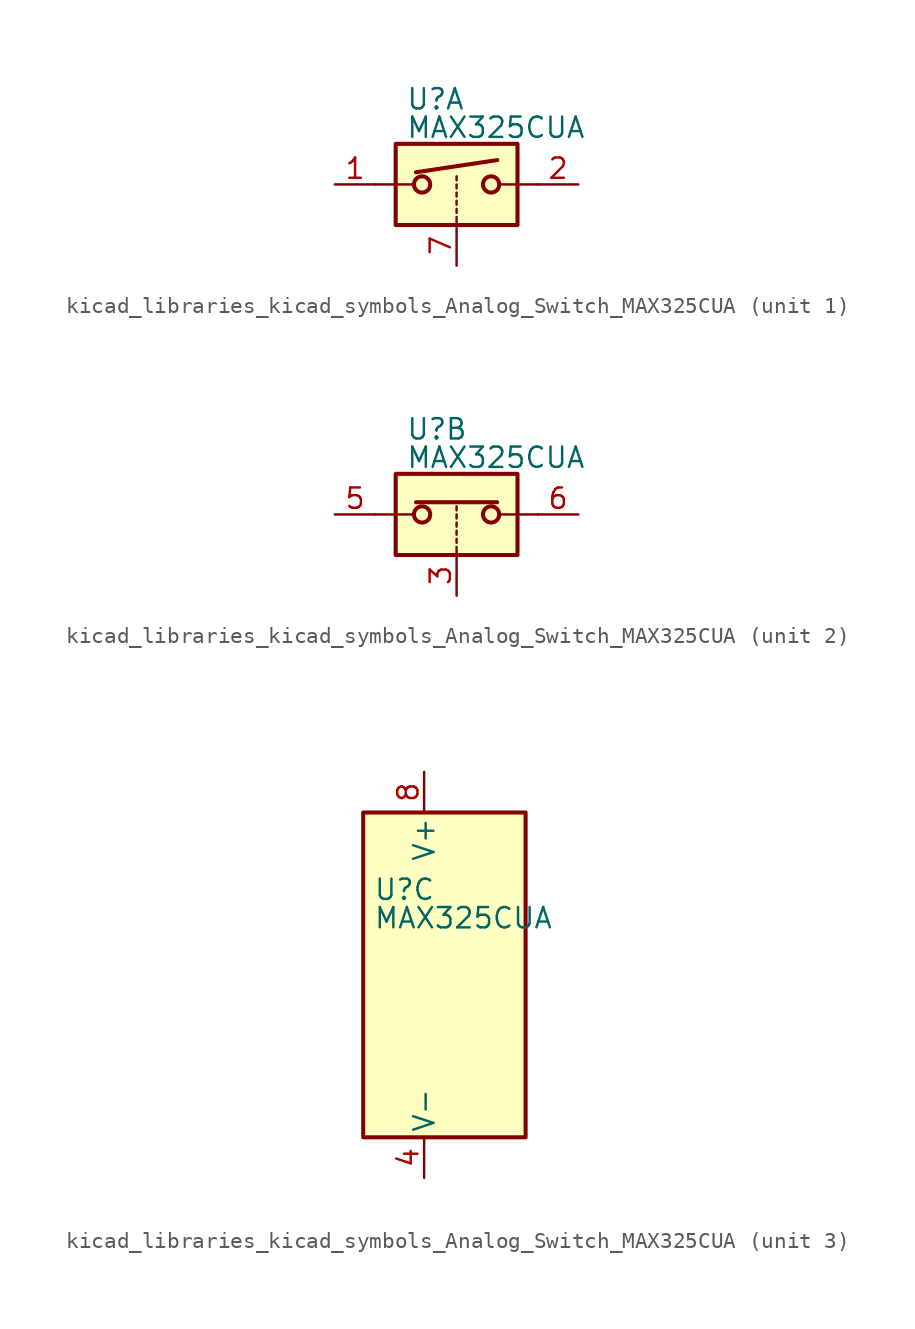
<source format=kicad_sym>
(kicad_symbol_lib
  (version 20220914)
  (generator kicad_symbol_editor)
  (symbol "kicad_libraries_kicad_symbols_Analog_Switch_MAX325CUA"
    (pin_names
      (offset 0.254))
    (property "Reference" "U"
      (at -3.175 5.334 0)
      (effects (font (size 1.27 1.27)) (justify left)))
    (property "Value" "MAX325CUA"
      (at -3.175 3.556 0)
      (effects (font (size 1.27 1.27)) (justify left)))
    (symbol "kicad_libraries_kicad_symbols_Analog_Switch_MAX325CUA_1_1"
      (rectangle (start -3.81 2.54) (end 3.81 -2.54) (stroke (width 0.254) (type default)) (fill (type background)))
      (circle (center -2.159 0) (radius 0.508) (stroke (width 0.254) (type default)) (fill (type none)))
      (polyline (pts (xy -5.08 0) (xy -2.794 0)) (stroke (width 0) (type default)) (fill (type none)))
      (polyline (pts (xy -2.54 0.762) (xy 2.54 1.524)) (stroke (width 0.254) (type default)) (fill (type none)))
      (polyline (pts (xy 0 -2.54) (xy 0 -2.032)) (stroke (width 0) (type default)) (fill (type none)))
      (polyline (pts (xy 0 -1.778) (xy 0 -1.524)) (stroke (width 0) (type default)) (fill (type none)))
      (polyline (pts (xy 0 -1.27) (xy 0 -1.016)) (stroke (width 0) (type default)) (fill (type none)))
      (polyline (pts (xy 0 -0.762) (xy 0 -0.508)) (stroke (width 0) (type default)) (fill (type none)))
      (polyline (pts (xy 0 -0.254) (xy 0 0)) (stroke (width 0) (type default)) (fill (type none)))
      (polyline (pts (xy 0 0.254) (xy 0 0.508)) (stroke (width 0) (type default)) (fill (type none)))
      (polyline (pts (xy 5.08 0) (xy 2.794 0)) (stroke (width 0) (type default)) (fill (type none)))
      (circle (center 2.159 0) (radius 0.508) (stroke (width 0.254) (type default)) (fill (type none)))
      (pin passive line (at -7.62 0 0) (length 2.54) (name "~" (effects (font (size 1.27 1.27)))) (number "1" (effects (font (size 1.27 1.27)))))
      (pin passive line (at 7.62 0 180) (length 2.54) (name "~" (effects (font (size 1.27 1.27)))) (number "2" (effects (font (size 1.27 1.27)))))
      (pin input line (at 0 -5.08 90) (length 2.54) (name "~" (effects (font (size 1.27 1.27)))) (number "7" (effects (font (size 1.27 1.27))))))
    (symbol "kicad_libraries_kicad_symbols_Analog_Switch_MAX325CUA_2_1"
      (rectangle (start -3.81 2.54) (end 3.81 -2.54) (stroke (width 0.254) (type default)) (fill (type background)))
      (circle (center -2.159 0) (radius 0.508) (stroke (width 0.254) (type default)) (fill (type none)))
      (polyline (pts (xy -5.08 0) (xy -2.794 0)) (stroke (width 0) (type default)) (fill (type none)))
      (polyline (pts (xy -2.54 0.762) (xy 2.54 0.762)) (stroke (width 0.254) (type default)) (fill (type none)))
      (polyline (pts (xy 0 -2.54) (xy 0 -2.032)) (stroke (width 0) (type default)) (fill (type none)))
      (polyline (pts (xy 0 -1.778) (xy 0 -1.524)) (stroke (width 0) (type default)) (fill (type none)))
      (polyline (pts (xy 0 -1.27) (xy 0 -1.016)) (stroke (width 0) (type default)) (fill (type none)))
      (polyline (pts (xy 0 -0.762) (xy 0 -0.508)) (stroke (width 0) (type default)) (fill (type none)))
      (polyline (pts (xy 0 -0.254) (xy 0 0)) (stroke (width 0) (type default)) (fill (type none)))
      (polyline (pts (xy 0 0.254) (xy 0 0.508)) (stroke (width 0) (type default)) (fill (type none)))
      (polyline (pts (xy 5.08 0) (xy 2.794 0)) (stroke (width 0) (type default)) (fill (type none)))
      (circle (center 2.159 0) (radius 0.508) (stroke (width 0.254) (type default)) (fill (type none)))
      (pin input line (at 0 -5.08 90) (length 2.54) (name "~" (effects (font (size 1.27 1.27)))) (number "3" (effects (font (size 1.27 1.27)))))
      (pin passive line (at -7.62 0 0) (length 2.54) (name "~" (effects (font (size 1.27 1.27)))) (number "5" (effects (font (size 1.27 1.27)))))
      (pin passive line (at 7.62 0 180) (length 2.54) (name "~" (effects (font (size 1.27 1.27)))) (number "6" (effects (font (size 1.27 1.27))))))
    (symbol "kicad_libraries_kicad_symbols_Analog_Switch_MAX325CUA_3_0"
      (pin power_in line (at 0 -12.7 90) (length 2.54) (name "V-" (effects (font (size 1.27 1.27)))) (number "4" (effects (font (size 1.27 1.27)))))
      (pin power_in line (at 0 12.7 270) (length 2.54) (name "V+" (effects (font (size 1.27 1.27)))) (number "8" (effects (font (size 1.27 1.27))))))
    (symbol "kicad_libraries_kicad_symbols_Analog_Switch_MAX325CUA_3_1"
      (rectangle (start -3.81 10.16) (end 6.35 -10.16) (stroke (width 0.254) (type default)) (fill (type background))))))
</source>
